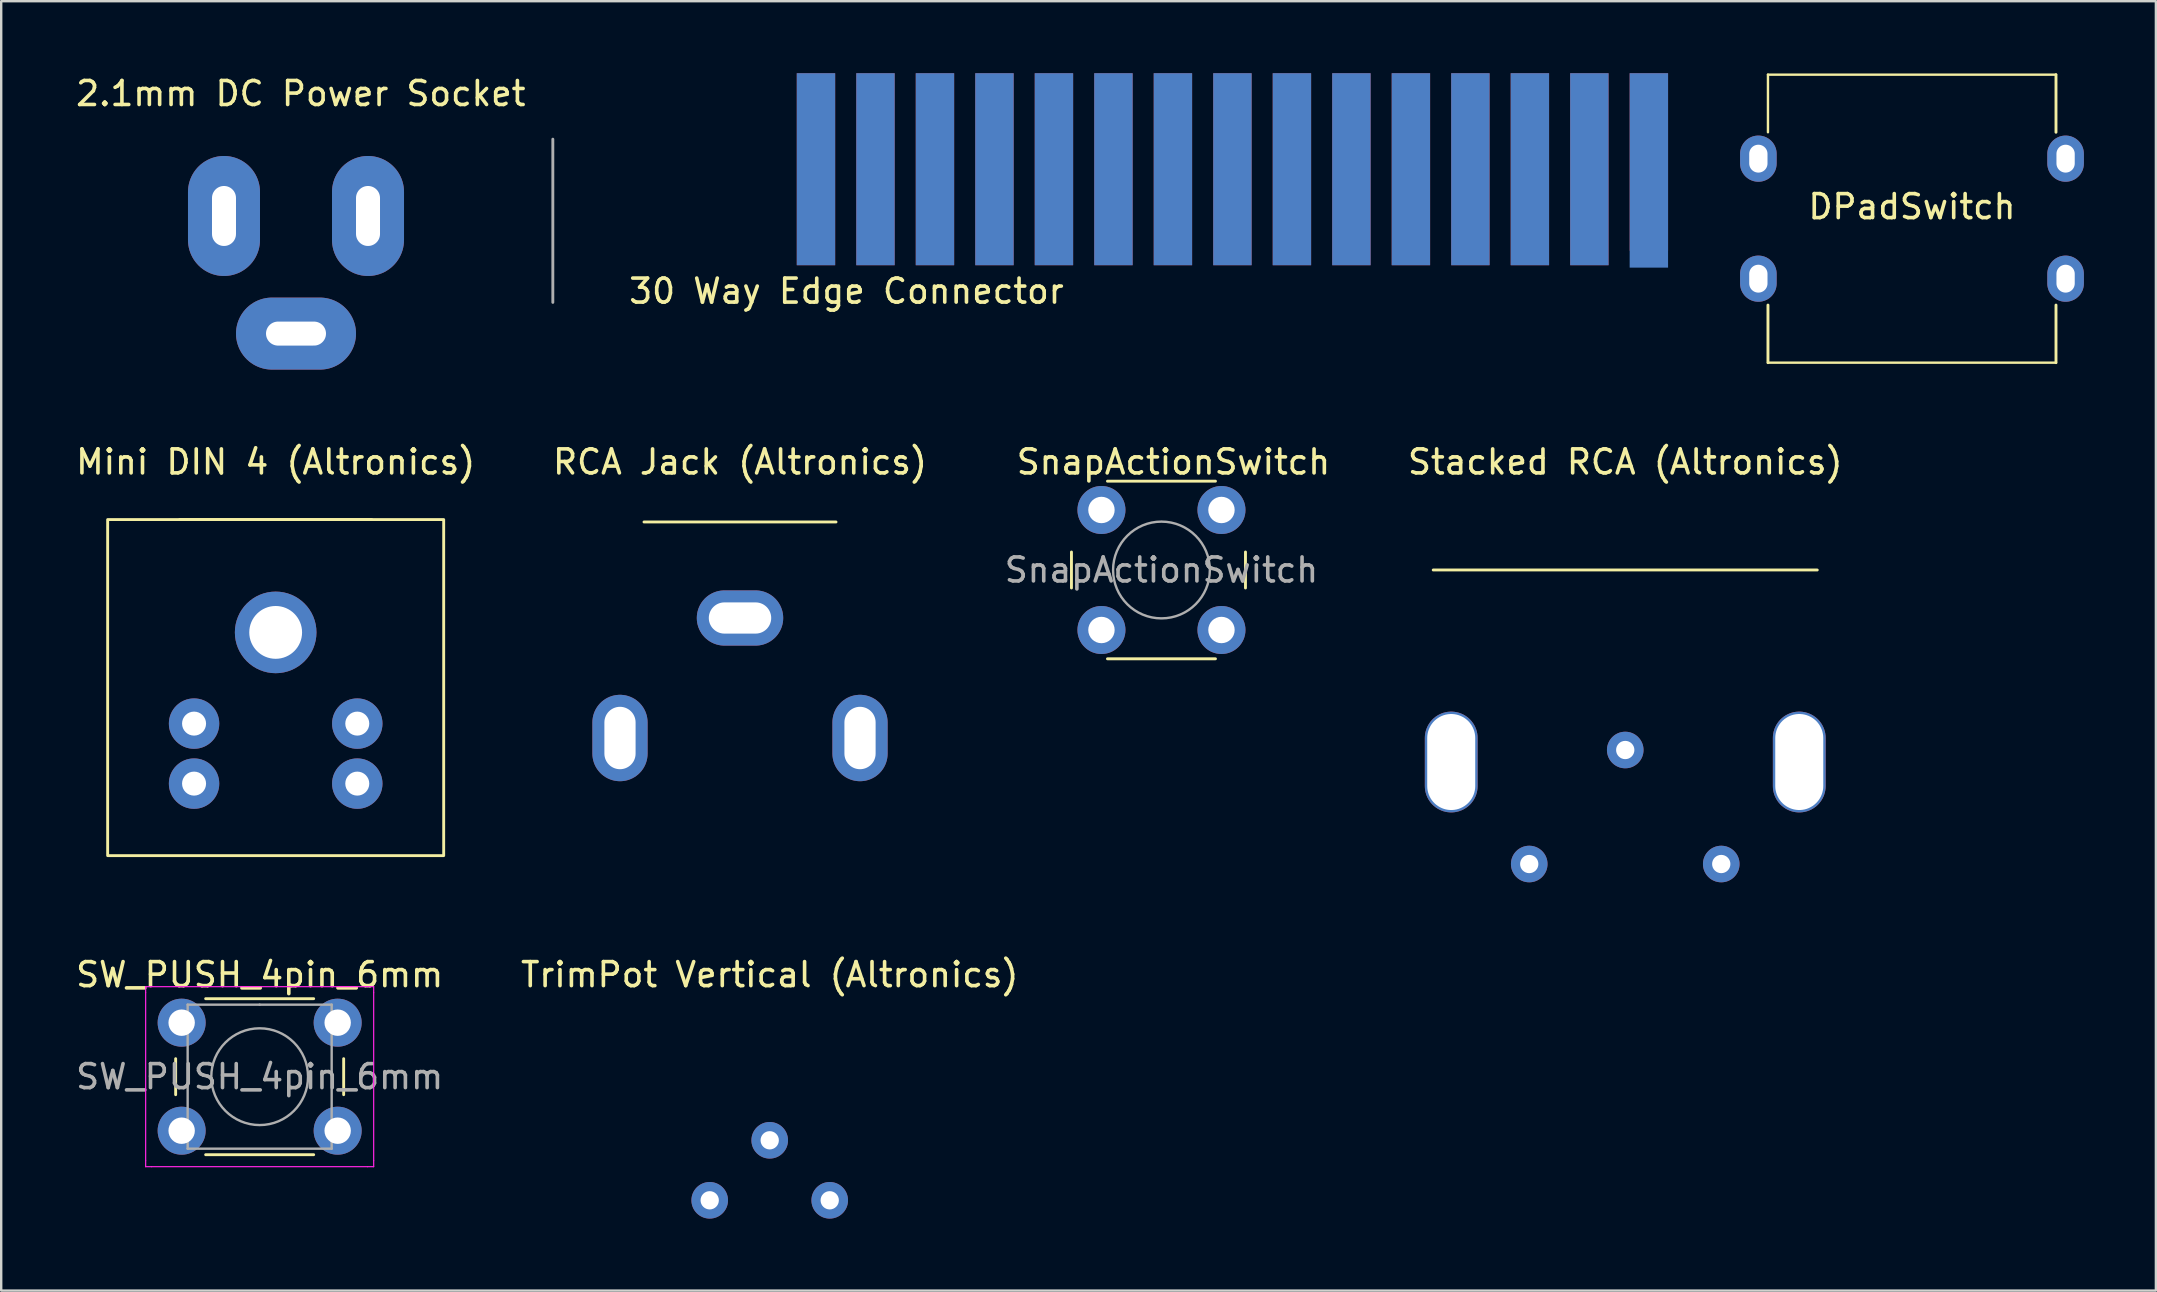
<source format=kicad_pcb>
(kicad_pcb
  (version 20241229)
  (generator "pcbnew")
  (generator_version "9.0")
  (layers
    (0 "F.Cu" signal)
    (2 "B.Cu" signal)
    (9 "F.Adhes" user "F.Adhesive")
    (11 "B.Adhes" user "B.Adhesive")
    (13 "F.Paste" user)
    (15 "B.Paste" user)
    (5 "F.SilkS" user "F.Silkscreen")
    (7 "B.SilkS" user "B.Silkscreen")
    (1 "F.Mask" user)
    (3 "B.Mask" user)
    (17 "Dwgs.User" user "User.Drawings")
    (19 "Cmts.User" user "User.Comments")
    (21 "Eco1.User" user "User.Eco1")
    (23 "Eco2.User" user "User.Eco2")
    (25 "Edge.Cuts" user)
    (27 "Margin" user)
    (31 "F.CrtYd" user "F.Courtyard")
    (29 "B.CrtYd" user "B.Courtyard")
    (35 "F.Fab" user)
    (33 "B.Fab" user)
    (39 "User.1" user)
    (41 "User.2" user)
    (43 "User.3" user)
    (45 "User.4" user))
  (footprint "30 Way Edge Connector"
    (layer "F.Cu")
    (at 48.295 4.254)
    (property "Reference" "30 Way Edge Connector" (at -16.08 4.826 0) (unlocked yes) (layer "F.SilkS") (effects (font (size 1 1) (thickness 0.15))))
    (pad "1" connect rect (at -17.35 -0.254) (size 1.6 8) (layers "B.Cu" "B.Mask"))
    (pad "2" connect rect (at -17.35 -0.254) (size 1.6 8) (layers "F.Cu" "F.Mask"))
    (pad "3" connect rect (at -14.871 -0.254) (size 1.6 8) (layers "B.Cu" "B.Mask"))
    (pad "4" connect rect (at -14.871 -0.254) (size 1.6 8) (layers "F.Cu" "F.Mask"))
    (pad "5" connect rect (at -12.393 -0.254) (size 1.6 8) (layers "B.Cu" "B.Mask"))
    (pad "6" connect rect (at -12.393 -0.254) (size 1.6 8) (layers "F.Cu" "F.Mask"))
    (pad "7" connect rect (at -9.914 -0.254) (size 1.6 8) (layers "B.Cu" "B.Mask"))
    (pad "8" connect rect (at -9.914 -0.254) (size 1.6 8) (layers "F.Cu" "F.Mask"))
    (pad "9" connect rect (at -7.436 -0.254) (size 1.6 8) (layers "B.Cu" "B.Mask"))
    (pad "10" connect rect (at -7.436 -0.254) (size 1.6 8) (layers "F.Cu" "F.Mask"))
    (pad "11" connect rect (at -4.957 -0.254) (size 1.6 8) (layers "B.Cu" "B.Mask"))
    (pad "12" connect rect (at -4.957 -0.254) (size 1.6 8) (layers "F.Cu" "F.Mask"))
    (pad "13" connect rect (at -2.479 -0.254) (size 1.6 8) (layers "B.Cu" "B.Mask"))
    (pad "14" connect rect (at -2.479 -0.254) (size 1.6 8) (layers "F.Cu" "F.Mask"))
    (pad "15" connect rect (at 0.000006 -0.254) (size 1.6 8) (layers "B.Cu" "B.Mask"))
    (pad "16" connect rect (at 0 -0.254) (size 1.6 8) (layers "F.Cu" "F.Mask"))
    (pad "17" connect rect (at 2.479 -0.254) (size 1.6 8) (layers "B.Cu" "B.Mask"))
    (pad "18" connect rect (at 2.479 -0.254) (size 1.6 8) (layers "F.Cu" "F.Mask"))
    (pad "19" connect rect (at 4.957 -0.254) (size 1.6 8) (layers "B.Cu" "B.Mask"))
    (pad "20" connect rect (at 4.957 -0.254) (size 1.6 8) (layers "F.Cu" "F.Mask"))
    (pad "21" connect rect (at 7.436 -0.254) (size 1.6 8) (layers "B.Cu" "B.Mask"))
    (pad "22" connect rect (at 7.436 -0.254) (size 1.6 8) (layers "F.Cu" "F.Mask"))
    (pad "23" connect rect (at 9.914 -0.254) (size 1.6 8) (layers "B.Cu" "B.Mask"))
    (pad "24" connect rect (at 9.914 -0.254) (size 1.6 8) (layers "F.Cu" "F.Mask"))
    (pad "25" connect rect (at 12.393 -0.254) (size 1.6 8) (layers "B.Cu" "B.Mask"))
    (pad "26" connect rect (at 12.393 -0.254) (size 1.6 8) (layers "F.Cu" "F.Mask"))
    (pad "27" connect rect (at 14.871 -0.254) (size 1.6 8) (layers "B.Cu" "B.Mask"))
    (pad "28" connect rect (at 14.871 -0.254) (size 1.6 8) (layers "F.Cu" "F.Mask"))
    (pad "29" connect rect (at 17.35 -0.204) (size 1.6 8.1) (layers "B.Cu" "B.Mask"))
    (pad "30" connect rect (at 17.35 -0.554) (size 1.6 7.4) (layers "F.Cu" "F.Mask")))
  (footprint "Stacked RCA (Altronics)"
    (layer "F.Cu")
    (at 64.661 16.697)
    (property "Reference" "Stacked RCA (Altronics)" (at 0 -0.5 0) (unlocked yes) (layer "F.SilkS") (effects (font (size 1 1) (thickness 0.15))))
    (attr through_hole)
    (fp_line (start -8 4) (end 8 4) (stroke (width 0.12) (type default)) (layer "F.SilkS"))
    (pad "" thru_hole oval (at -7.25 12) (size 2.2 4.2) (drill oval 2 4) (layers "*.Cu" "*.Mask"))
    (pad "" thru_hole oval (at 7.25 12) (size 2.2 4.2) (drill oval 2 4) (layers "*.Cu" "*.Mask"))
    (pad "1" thru_hole circle (at 4 16.25) (size 1.524 1.524) (drill 0.762) (layers "*.Cu" "*.Mask"))
    (pad "2" thru_hole circle (at -4 16.25) (size 1.524 1.524) (drill 0.762) (layers "*.Cu" "*.Mask"))
    (pad "3" thru_hole circle (at 0 11.5) (size 1.524 1.524) (drill 0.762) (layers "*.Cu" "*.Mask")))
  (footprint "2.1mm DC Power Socket"
    (layer "F.Cu")
    (at 9.482 5.948)
    (property "Reference" "2.1mm DC Power Socket" (at 0 -5.1 0) (unlocked yes) (layer "F.SilkS") (effects (font (size 1 1) (thickness 0.15))))
    (attr through_hole)
    (fp_line (start 10.5 -3.2) (end 10.5 3.6) (stroke (width 0.12) (type default)) (layer "F.Fab"))
    (pad "1" thru_hole oval (at -3.2 0 90) (size 5 3) (drill oval 2.5 1) (layers "*.Cu" "*.Mask"))
    (pad "2" thru_hole oval (at 2.8 0 90) (size 5 3) (drill oval 2.5 1) (layers "*.Cu" "*.Mask"))
    (pad "3" thru_hole oval (at -0.2 4.9) (size 5 3) (drill oval 2.5 1) (layers "*.Cu" "*.Mask")))
  (footprint "SW_PUSH_4pin_6mm"
    (layer "F.Cu")
    (at 4.518 39.557)
    (property "Reference" "SW_PUSH_4pin_6mm" (at 3.25 -2 0) (layer "F.SilkS") (effects (font (size 1 1) (thickness 0.15))))
    (attr through_hole)
    (fp_line (start -0.25 1.5) (end -0.25 3) (stroke (width 0.12) (type solid)) (layer "F.SilkS"))
    (fp_line (start 1 5.5) (end 5.5 5.5) (stroke (width 0.12) (type solid)) (layer "F.SilkS"))
    (fp_line (start 5.5 -1) (end 1 -1) (stroke (width 0.12) (type solid)) (layer "F.SilkS"))
    (fp_line (start 6.75 3) (end 6.75 1.5) (stroke (width 0.12) (type solid)) (layer "F.SilkS"))
    (fp_line (start -1.5 -1.5) (end -1.25 -1.5) (stroke (width 0.05) (type solid)) (layer "F.CrtYd"))
    (fp_line (start -1.5 -1.25) (end -1.5 -1.5) (stroke (width 0.05) (type solid)) (layer "F.CrtYd"))
    (fp_line (start -1.5 5.75) (end -1.5 -1.25) (stroke (width 0.05) (type solid)) (layer "F.CrtYd"))
    (fp_line (start -1.5 5.75) (end -1.5 6) (stroke (width 0.05) (type solid)) (layer "F.CrtYd"))
    (fp_line (start -1.5 6) (end -1.25 6) (stroke (width 0.05) (type solid)) (layer "F.CrtYd"))
    (fp_line (start -1.25 -1.5) (end 7.75 -1.5) (stroke (width 0.05) (type solid)) (layer "F.CrtYd"))
    (fp_line (start 7.75 -1.5) (end 8 -1.5) (stroke (width 0.05) (type solid)) (layer "F.CrtYd"))
    (fp_line (start 7.75 6) (end -1.25 6) (stroke (width 0.05) (type solid)) (layer "F.CrtYd"))
    (fp_line (start 7.75 6) (end 8 6) (stroke (width 0.05) (type solid)) (layer "F.CrtYd"))
    (fp_line (start 8 -1.5) (end 8 -1.25) (stroke (width 0.05) (type solid)) (layer "F.CrtYd"))
    (fp_line (start 8 -1.25) (end 8 5.75) (stroke (width 0.05) (type solid)) (layer "F.CrtYd"))
    (fp_line (start 8 6) (end 8 5.75) (stroke (width 0.05) (type solid)) (layer "F.CrtYd"))
    (fp_line (start 0.25 -0.75) (end 3.25 -0.75) (stroke (width 0.1) (type solid)) (layer "F.Fab"))
    (fp_line (start 0.25 5.25) (end 0.25 -0.75) (stroke (width 0.1) (type solid)) (layer "F.Fab"))
    (fp_line (start 3.25 -0.75) (end 6.25 -0.75) (stroke (width 0.1) (type solid)) (layer "F.Fab"))
    (fp_line (start 6.25 -0.75) (end 6.25 5.25) (stroke (width 0.1) (type solid)) (layer "F.Fab"))
    (fp_line (start 6.25 5.25) (end 0.25 5.25) (stroke (width 0.1) (type solid)) (layer "F.Fab"))
    (fp_circle (center 3.25 2.25) (end 1.25 2.5) (stroke (width 0.1) (type solid)) (fill no) (layer "F.Fab"))
    (fp_text user "${REFERENCE}" (at 3.25 2.25 0) (layer "F.Fab") (effects (font (size 1 1) (thickness 0.15))))
    (pad "1" thru_hole circle (at 0 0 90) (size 2 2) (drill 1.1) (layers "*.Cu" "*.Mask"))
    (pad "2" thru_hole circle (at 6.5 0 90) (size 2 2) (drill 1.1) (layers "*.Cu" "*.Mask"))
    (pad "3" thru_hole circle (at 6.5 4.5 90) (size 2 2) (drill 1.1) (layers "*.Cu" "*.Mask"))
    (pad "4" thru_hole circle (at 0 4.5 90) (size 2 2) (drill 1.1) (layers "*.Cu" "*.Mask")))
  (footprint "Mini DIN 4 (Altronics)"
    (layer "F.Cu")
    (at 8.435 16.697)
    (property "Reference" "Mini DIN 4 (Altronics)" (at 0 -0.5 0) (unlocked yes) (layer "F.SilkS") (effects (font (size 1 1) (thickness 0.15))))
    (attr through_hole)
    (fp_line (start -4 1.9) (end 4 1.9) (stroke (width 0.12) (type default)) (layer "F.SilkS"))
    (fp_rect (start -7 1.9) (end 7 15.9) (stroke (width 0.12) (type default)) (fill no) (layer "F.SilkS"))
    (pad "" thru_hole oval (at 0 6.6 90) (size 3.4 3.4) (drill oval 2.2) (layers "*.Cu" "*.Mask"))
    (pad "1" thru_hole oval (at -3.4 10.4 90) (size 2.1 2.1) (drill oval 1) (layers "*.Cu" "*.Mask"))
    (pad "2" thru_hole oval (at 3.4 10.4 90) (size 2.1 2.1) (drill oval 1) (layers "*.Cu" "*.Mask"))
    (pad "3" thru_hole oval (at -3.4 12.9 90) (size 2.1 2.1) (drill oval 1) (layers "*.Cu" "*.Mask"))
    (pad "4" thru_hole oval (at 3.4 12.9 90) (size 2.1 2.1) (drill oval 1) (layers "*.Cu" "*.Mask")))
  (footprint "SnapActionSwitch"
    (layer "F.Cu")
    (at 41.839 18.197)
    (property "Reference" "SnapActionSwitch" (at 4 -2 0) (layer "F.SilkS") (effects (font (size 1 1) (thickness 0.15))))
    (attr through_hole)
    (fp_line (start -0.25 1.75) (end -0.25 3.25) (stroke (width 0.12) (type solid)) (layer "F.SilkS"))
    (fp_line (start 1.25 6.2) (end 5.75 6.2) (stroke (width 0.12) (type solid)) (layer "F.SilkS"))
    (fp_line (start 5.75 -1.2) (end 1.25 -1.2) (stroke (width 0.12) (type solid)) (layer "F.SilkS"))
    (fp_line (start 7 3.25) (end 7 1.75) (stroke (width 0.12) (type solid)) (layer "F.SilkS"))
    (fp_circle (center 3.5 2.5) (end 1.5 2.75) (stroke (width 0.1) (type solid)) (fill no) (layer "F.Fab"))
    (fp_text user "${REFERENCE}" (at 3.5 2.5 0) (layer "F.Fab") (effects (font (size 1 1) (thickness 0.15))))
    (pad "1" thru_hole circle (at 1 0 90) (size 2 2) (drill 1.1) (layers "*.Cu" "*.Mask"))
    (pad "2" thru_hole circle (at 6 0 90) (size 2 2) (drill 1.1) (layers "*.Cu" "*.Mask"))
    (pad "3" thru_hole circle (at 6 5 90) (size 2 2) (drill 1.1) (layers "*.Cu" "*.Mask"))
    (pad "4" thru_hole circle (at 1 5 90) (size 2 2) (drill 1.1) (layers "*.Cu" "*.Mask")))
  (footprint "TrimPot Vertical (Altronics)"
    (layer "F.Cu")
    (at 29.018 38.057)
    (property "Reference" "TrimPot Vertical (Altronics)" (at 0 -0.5 0) (unlocked yes) (layer "F.SilkS") (effects (font (size 1 1) (thickness 0.15))))
    (attr through_hole)
    (pad "1" thru_hole circle (at -2.5 8.9) (size 1.524 1.524) (drill 0.762) (layers "*.Cu" "*.Mask"))
    (pad "2" thru_hole circle (at 0 6.4) (size 1.524 1.524) (drill 0.762) (layers "*.Cu" "*.Mask"))
    (pad "3" thru_hole circle (at 2.5 8.9) (size 1.524 1.524) (drill 0.762) (layers "*.Cu" "*.Mask")))
  (footprint "RCA Jack (Altronics)"
    (layer "F.Cu")
    (at 27.78 16.697)
    (property "Reference" "RCA Jack (Altronics)" (at 0 -0.5 0) (unlocked yes) (layer "F.SilkS") (effects (font (size 1 1) (thickness 0.15))))
    (attr through_hole)
    (fp_line (start -4 2) (end 4 2) (stroke (width 0.12) (type default)) (layer "F.SilkS"))
    (pad "1" thru_hole oval (at -5 11) (size 2.3 3.6) (drill oval 1.3 2.6) (layers "*.Cu" "*.Mask"))
    (pad "1" thru_hole oval (at 5 11) (size 2.3 3.6) (drill oval 1.3 2.6) (layers "*.Cu" "*.Mask"))
    (pad "2" thru_hole oval (at 0 6 90) (size 2.3 3.6) (drill oval 1.3 2.6) (layers "*.Cu" "*.Mask")))
  (footprint "DPadSwitch"
    (layer "F.Cu")
    (at 76.607 6.06)
    (property "Reference" "DPadSwitch" (at 0 -0.5 0) (unlocked yes) (layer "F.SilkS") (effects (font (size 1 1) (thickness 0.15))))
    (attr through_hole)
    (fp_line (start -6 -6) (end 6 -6) (stroke (width 0.1) (type default)) (layer "F.SilkS"))
    (fp_line (start -6 -3.6) (end -6 -6) (stroke (width 0.1) (type default)) (layer "F.SilkS"))
    (fp_line (start -6 6) (end -6 3.6) (stroke (width 0.12) (type default)) (layer "F.SilkS"))
    (fp_line (start 6 -6) (end 6 -3.6) (stroke (width 0.12) (type default)) (layer "F.SilkS"))
    (fp_line (start 6 6) (end -6 6) (stroke (width 0.1) (type default)) (layer "F.SilkS"))
    (fp_line (start 6 6) (end 6 3.6) (stroke (width 0.12) (type default)) (layer "F.SilkS"))
    (pad "1" thru_hole oval (at -6.4 -2.5 180) (size 1.524 1.924) (drill oval 0.762 1.162) (layers "*.Cu" "*.Mask"))
    (pad "2" thru_hole oval (at 6.4 -2.5 180) (size 1.524 1.924) (drill oval 0.762 1.162) (layers "*.Cu" "*.Mask"))
    (pad "3" thru_hole oval (at 6.4 2.5 180) (size 1.524 1.924) (drill oval 0.762 1.162) (layers "*.Cu" "*.Mask"))
    (pad "4" thru_hole oval (at -6.4 2.5 180) (size 1.524 1.924) (drill oval 0.762 1.162) (layers "*.Cu" "*.Mask")))
  (gr_rect
    (start -3 -3)
    (end 86.769 50.719)
    (stroke (width 0.1) (type default))
    (fill no)
    (layer "Edge.Cuts")))
</source>
